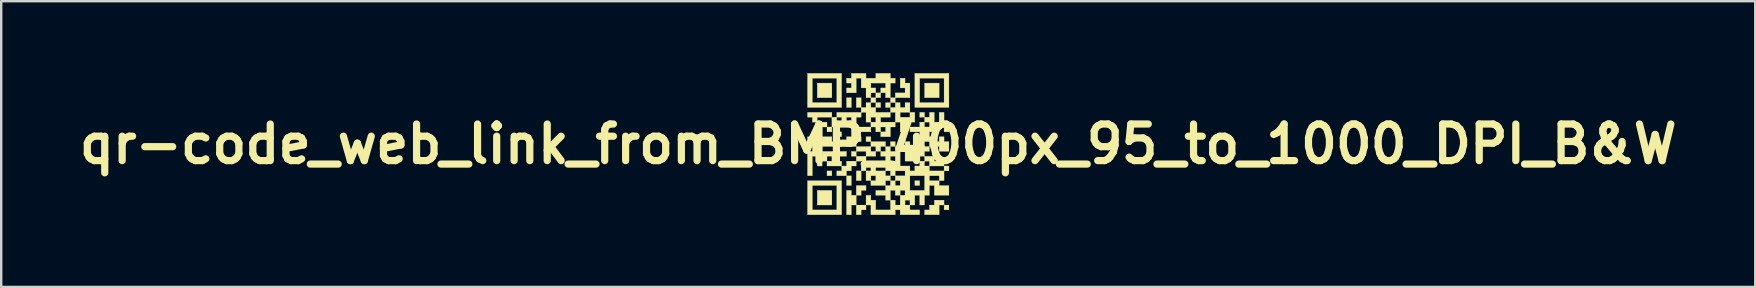
<source format=kicad_pcb>
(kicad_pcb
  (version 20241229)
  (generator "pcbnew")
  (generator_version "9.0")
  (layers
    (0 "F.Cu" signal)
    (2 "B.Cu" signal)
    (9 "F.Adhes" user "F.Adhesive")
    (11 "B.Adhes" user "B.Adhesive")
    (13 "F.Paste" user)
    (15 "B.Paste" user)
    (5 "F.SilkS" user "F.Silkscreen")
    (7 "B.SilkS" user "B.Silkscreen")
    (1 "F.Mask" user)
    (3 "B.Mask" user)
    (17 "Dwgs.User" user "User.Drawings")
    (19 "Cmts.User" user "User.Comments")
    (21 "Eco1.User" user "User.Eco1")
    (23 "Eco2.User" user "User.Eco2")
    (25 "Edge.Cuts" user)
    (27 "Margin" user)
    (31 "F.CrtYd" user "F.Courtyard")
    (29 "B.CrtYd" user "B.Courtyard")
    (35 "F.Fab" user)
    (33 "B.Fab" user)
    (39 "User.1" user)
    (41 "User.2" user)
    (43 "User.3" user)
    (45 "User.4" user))
  (footprint "qr-code_web_link_from_BMP_400px_95_to_1000_DPI_B&W"
    (layer "F.Cu")
    (at 33.535 2.951)
    (property "Reference" "qr-code_web_link_from_BMP_400px_95_to_1000_DPI_B&W" (at 0 0 0) (layer "F.SilkS") (effects (font (size 1.524 1.524) (thickness 0.3))))
    (attr through_hole)
    (fp_poly (pts (xy -2.134 -0.711) (xy -2.337 -0.711) (xy -2.337 -0.914) (xy -2.134 -0.914) (xy -2.134 -0.711)) (stroke (width 0.01) (type solid)) (fill yes) (layer "F.SilkS"))
    (fp_poly (pts (xy -1.93 -1.93) (xy -2.54 -1.93) (xy -2.54 -2.54) (xy -1.93 -2.54) (xy -1.93 -1.93)) (stroke (width 0.01) (type solid)) (fill yes) (layer "F.SilkS"))
    (fp_poly (pts (xy -1.93 -0.508) (xy -2.134 -0.508) (xy -2.134 -0.711) (xy -1.93 -0.711) (xy -1.93 -0.508)) (stroke (width 0.01) (type solid)) (fill yes) (layer "F.SilkS"))
    (fp_poly (pts (xy -1.93 1.321) (xy -2.134 1.321) (xy -2.134 1.118) (xy -1.93 1.118) (xy -1.93 1.321)) (stroke (width 0.01) (type solid)) (fill yes) (layer "F.SilkS"))
    (fp_poly (pts (xy -1.93 2.54) (xy -2.54 2.54) (xy -2.54 1.93) (xy -1.93 1.93) (xy -1.93 2.54)) (stroke (width 0.01) (type solid)) (fill yes) (layer "F.SilkS"))
    (fp_poly (pts (xy -1.524 -0.305) (xy -1.727 -0.305) (xy -1.727 -0.508) (xy -1.524 -0.508) (xy -1.524 -0.305)) (stroke (width 0.01) (type solid)) (fill yes) (layer "F.SilkS"))
    (fp_poly (pts (xy -1.118 -1.524) (xy -1.321 -1.524) (xy -1.321 -1.93) (xy -1.118 -1.93) (xy -1.118 -1.524)) (stroke (width 0.01) (type solid)) (fill yes) (layer "F.SilkS"))
    (fp_poly (pts (xy -1.118 1.727) (xy -1.321 1.727) (xy -1.321 1.321) (xy -1.118 1.321) (xy -1.118 1.727)) (stroke (width 0.01) (type solid)) (fill yes) (layer "F.SilkS"))
    (fp_poly (pts (xy -0.711 -1.524) (xy -0.914 -1.524) (xy -0.914 -1.93) (xy -0.711 -1.93) (xy -0.711 -1.524)) (stroke (width 0.01) (type solid)) (fill yes) (layer "F.SilkS"))
    (fp_poly (pts (xy -0.711 1.524) (xy -0.914 1.524) (xy -0.914 1.118) (xy -0.711 1.118) (xy -0.711 1.524)) (stroke (width 0.01) (type solid)) (fill yes) (layer "F.SilkS"))
    (fp_poly (pts (xy -0.508 1.118) (xy -0.711 1.118) (xy -0.711 0.914) (xy -0.508 0.914) (xy -0.508 1.118)) (stroke (width 0.01) (type solid)) (fill yes) (layer "F.SilkS"))
    (fp_poly (pts (xy -0.305 -0.102) (xy -0.508 -0.102) (xy -0.508 -0.305) (xy -0.305 -0.305) (xy -0.305 -0.102)) (stroke (width 0.01) (type solid)) (fill yes) (layer "F.SilkS"))
    (fp_poly (pts (xy 0.102 -1.93) (xy -0.102 -1.93) (xy -0.102 -2.134) (xy 0.102 -2.134) (xy 0.102 -1.93)) (stroke (width 0.01) (type solid)) (fill yes) (layer "F.SilkS"))
    (fp_poly (pts (xy 0.102 -1.524) (xy -0.102 -1.524) (xy -0.102 -1.727) (xy 0.102 -1.727) (xy 0.102 -1.524)) (stroke (width 0.01) (type solid)) (fill yes) (layer "F.SilkS"))
    (fp_poly (pts (xy 0.508 -1.524) (xy 0.305 -1.524) (xy 0.305 -1.727) (xy 0.508 -1.727) (xy 0.508 -1.524)) (stroke (width 0.01) (type solid)) (fill yes) (layer "F.SilkS"))
    (fp_poly (pts (xy 1.118 -0.102) (xy 0.914 -0.102) (xy 0.914 -0.305) (xy 1.118 -0.305) (xy 1.118 -0.102)) (stroke (width 0.01) (type solid)) (fill yes) (layer "F.SilkS"))
    (fp_poly (pts (xy 1.727 1.727) (xy 1.524 1.727) (xy 1.524 1.524) (xy 1.727 1.524) (xy 1.727 1.727)) (stroke (width 0.01) (type solid)) (fill yes) (layer "F.SilkS"))
    (fp_poly (pts (xy 1.93 -1.118) (xy 1.727 -1.118) (xy 1.727 -1.321) (xy 1.93 -1.321) (xy 1.93 -1.118)) (stroke (width 0.01) (type solid)) (fill yes) (layer "F.SilkS"))
    (fp_poly (pts (xy 2.54 -1.93) (xy 1.93 -1.93) (xy 1.93 -2.54) (xy 2.54 -2.54) (xy 2.54 -1.93)) (stroke (width 0.01) (type solid)) (fill yes) (layer "F.SilkS"))
    (fp_poly (pts (xy 2.743 -0.914) (xy 2.54 -0.914) (xy 2.54 -1.321) (xy 2.743 -1.321) (xy 2.743 -0.914)) (stroke (width 0.01) (type solid)) (fill yes) (layer "F.SilkS"))
    (fp_poly (pts (xy 2.946 -0.508) (xy 2.743 -0.508) (xy 2.743 -0.711) (xy 2.946 -0.711) (xy 2.946 -0.508)) (stroke (width 0.01) (type solid)) (fill yes) (layer "F.SilkS"))
    (fp_poly (pts (xy 2.946 1.118) (xy 2.743 1.118) (xy 2.743 0.914) (xy 2.946 0.914) (xy 2.946 1.118)) (stroke (width 0.01) (type solid)) (fill yes) (layer "F.SilkS"))
    (fp_poly (pts (xy 2.946 2.743) (xy 2.743 2.743) (xy 2.743 2.54) (xy 2.946 2.54) (xy 2.946 2.743)) (stroke (width 0.01) (type solid)) (fill yes) (layer "F.SilkS"))
    (fp_poly (pts (xy -0.508 1.93) (xy -0.711 1.93) (xy -0.711 2.134) (xy -0.914 2.134) (xy -0.914 1.727) (xy -0.508 1.727) (xy -0.508 1.93)) (stroke (width 0.01) (type solid)) (fill yes) (layer "F.SilkS"))
    (fp_poly (pts (xy -0.508 2.743) (xy -0.711 2.743) (xy -0.711 2.946) (xy -0.914 2.946) (xy -0.914 2.54) (xy -0.508 2.54) (xy -0.508 2.743)) (stroke (width 0.01) (type solid)) (fill yes) (layer "F.SilkS"))
    (fp_poly (pts (xy -1.93 -1.118) (xy -2.54 -1.118) (xy -2.54 -0.914) (xy -2.743 -0.914) (xy -2.743 -1.118) (xy -2.946 -1.118) (xy -2.946 -1.321) (xy -1.93 -1.321) (xy -1.93 -1.118)) (stroke (width 0.01) (type solid)) (fill yes) (layer "F.SilkS"))
    (fp_poly (pts (xy -1.118 2.134) (xy -0.914 2.134) (xy -0.914 2.54) (xy -1.118 2.54) (xy -1.118 2.946) (xy -1.321 2.946) (xy -1.321 1.93) (xy -1.118 1.93) (xy -1.118 2.134)) (stroke (width 0.01) (type solid)) (fill yes) (layer "F.SilkS"))
    (fp_poly (pts (xy 1.118 -2.54) (xy 1.321 -2.54) (xy 1.321 -1.93) (xy 0.711 -1.93) (xy 0.711 -2.134) (xy 1.118 -2.134) (xy 1.118 -2.337) (xy 0.914 -2.337) (xy 0.914 -2.743) (xy 1.118 -2.743) (xy 1.118 -2.54)) (stroke (width 0.01) (type solid)) (fill yes) (layer "F.SilkS"))
    (fp_poly (pts (xy 2.743 2.54) (xy 2.54 2.54) (xy 2.54 2.946) (xy 1.93 2.946) (xy 1.93 2.743) (xy 2.134 2.743) (xy 2.134 2.54) (xy 2.337 2.54) (xy 2.337 2.337) (xy 2.743 2.337) (xy 2.743 2.54)) (stroke (width 0.01) (type solid)) (fill yes) (layer "F.SilkS"))
    (fp_poly (pts (xy -1.524 -1.524) (xy -2.946 -1.524) (xy -2.946 -2.743) (xy -2.743 -2.743) (xy -2.743 -1.727) (xy -1.727 -1.727) (xy -1.727 -2.743) (xy -2.743 -2.743) (xy -2.946 -2.743) (xy -2.946 -2.946) (xy -1.524 -2.946) (xy -1.524 -1.524)) (stroke (width 0.01) (type solid)) (fill yes) (layer "F.SilkS"))
    (fp_poly (pts (xy -1.524 2.946) (xy -2.946 2.946) (xy -2.946 1.727) (xy -2.743 1.727) (xy -2.743 2.743) (xy -1.727 2.743) (xy -1.727 1.727) (xy -2.743 1.727) (xy -2.946 1.727) (xy -2.946 1.524) (xy -1.524 1.524) (xy -1.524 2.946)) (stroke (width 0.01) (type solid)) (fill yes) (layer "F.SilkS"))
    (fp_poly (pts (xy 2.946 -1.524) (xy 1.524 -1.524) (xy 1.524 -2.743) (xy 1.727 -2.743) (xy 1.727 -1.727) (xy 2.743 -1.727) (xy 2.743 -2.743) (xy 1.727 -2.743) (xy 1.524 -2.743) (xy 1.524 -2.946) (xy 2.946 -2.946) (xy 2.946 -1.524)) (stroke (width 0.01) (type solid)) (fill yes) (layer "F.SilkS"))
    (fp_poly (pts (xy -0.914 0.914) (xy -1.118 0.914) (xy -1.118 1.118) (xy -1.321 1.118) (xy -1.321 1.321) (xy -1.727 1.321) (xy -1.727 1.118) (xy -1.524 1.118) (xy -1.524 0.914) (xy -1.321 0.914) (xy -1.321 0.711) (xy -0.914 0.711) (xy -0.914 0.914)) (stroke (width 0.01) (type solid)) (fill yes) (layer "F.SilkS"))
    (fp_poly (pts (xy -2.54 -0.102) (xy -2.337 -0.102) (xy -2.337 -0.305) (xy -1.93 -0.305) (xy -1.93 -0.102) (xy -1.524 -0.102) (xy -1.524 0.102) (xy -2.54 0.102) (xy -2.54 0.508) (xy -2.743 0.508) (xy -2.743 1.321) (xy -2.946 1.321) (xy -2.946 0.305) (xy -2.743 0.305) (xy -2.743 0.102) (xy -2.946 0.102) (xy -2.946 -0.305) (xy -2.743 -0.305) (xy -2.743 -0.508) (xy -2.54 -0.508) (xy -2.54 -0.102)) (stroke (width 0.01) (type solid)) (fill yes) (layer "F.SilkS"))
    (fp_poly (pts (xy -1.321 0.508) (xy -1.727 0.508) (xy -1.727 0.711) (xy -1.524 0.711) (xy -1.524 0.914) (xy -2.134 0.914) (xy -2.134 0.711) (xy -2.337 0.711) (xy -2.337 0.914) (xy -2.54 0.914) (xy -2.54 0.508) (xy -2.337 0.508) (xy -2.134 0.508) (xy -2.134 0.711) (xy -1.93 0.711) (xy -1.93 0.508) (xy -2.134 0.508) (xy -2.337 0.508) (xy -2.337 0.305) (xy -1.321 0.305) (xy -1.321 0.508)) (stroke (width 0.01) (type solid)) (fill yes) (layer "F.SilkS"))
    (fp_poly (pts (xy 1.524 -1.321) (xy 1.524 -0.914) (xy 1.118 -0.914) (xy 1.118 -0.508) (xy 0.914 -0.508) (xy 0.914 -0.914) (xy 0.711 -0.914) (xy 0.711 -0.711) (xy 0.508 -0.711) (xy 0.508 -0.305) (xy 0.102 -0.305) (xy 0.102 -0.508) (xy -0.102 -0.508) (xy -0.102 -0.711) (xy 0.102 -0.711) (xy 0.102 -0.508) (xy 0.305 -0.508) (xy 0.305 -0.711) (xy 0.102 -0.711) (xy -0.102 -0.711) (xy -0.305 -0.711) (xy -0.305 -0.508) (xy -0.914 -0.508) (xy -0.914 -0.305) (xy -0.711 -0.305) (xy -0.711 -0.102) (xy -0.914 -0.102) (xy -0.914 0.102) (xy -1.321 0.102) (xy -1.321 -0.305) (xy -1.118 -0.305) (xy -1.118 -0.711) (xy -1.321 -0.711) (xy -1.321 -0.914) (xy -1.524 -0.914) (xy -1.524 -0.711) (xy -1.93 -0.711) (xy -1.93 -1.118) (xy -1.727 -1.118) (xy -1.727 -0.914) (xy -1.524 -0.914) (xy -1.524 -1.118) (xy -1.321 -1.118) (xy -1.321 -0.914) (xy -1.118 -0.914) (xy -1.118 -1.118) (xy -0.914 -1.118) (xy -0.914 -0.711) (xy -0.305 -0.711) (xy -0.305 -0.914) (xy -0.508 -0.914) (xy -0.508 -1.118) (xy -0.305 -1.118) (xy -0.305 -0.914) (xy -0.102 -0.914) (xy -0.102 -1.118) (xy 0.102 -1.118) (xy 0.102 -0.914) (xy 0.711 -0.914) (xy 0.711 -1.321) (xy 0.914 -1.321) (xy 0.914 -1.118) (xy 1.321 -1.118) (xy 1.321 -1.321) (xy 0.914 -1.321) (xy 0.711 -1.321) (xy 0.508 -1.321) (xy 0.508 -1.118) (xy 0.102 -1.118) (xy -0.102 -1.118) (xy -0.305 -1.118) (xy -0.508 -1.118) (xy -0.508 -1.321) (xy -0.711 -1.321) (xy -0.711 -1.118) (xy -0.914 -1.118) (xy -1.118 -1.118) (xy -1.321 -1.118) (xy -1.524 -1.118) (xy -1.727 -1.118) (xy -1.727 -1.321) (xy -0.711 -1.321) (xy -0.711 -1.524) (xy -0.508 -1.524) (xy -0.508 -1.727) (xy -0.305 -1.727) (xy -0.305 -1.93) (xy -0.508 -1.93) (xy -0.508 -2.337) (xy -0.711 -2.337) (xy -0.711 -2.54) (xy -0.305 -2.54) (xy -0.305 -2.337) (xy -0.102 -2.337) (xy -0.102 -2.134) (xy -0.305 -2.134) (xy -0.305 -1.93) (xy -0.102 -1.93) (xy -0.102 -1.727) (xy -0.305 -1.727) (xy -0.305 -1.524) (xy -0.102 -1.524) (xy -0.102 -1.321) (xy 0.508 -1.321) (xy 0.508 -1.524) (xy 0.711 -1.524) (xy 0.711 -1.727) (xy 0.508 -1.727) (xy 0.508 -1.93) (xy 0.305 -1.93) (xy 0.305 -2.134) (xy 0.102 -2.134) (xy 0.102 -2.337) (xy 0.305 -2.337) (xy 0.305 -2.54) (xy -0.305 -2.54) (xy -0.711 -2.54) (xy -0.711 -2.743) (xy -0.914 -2.743) (xy -0.914 -2.134) (xy -1.321 -2.134) (xy -1.321 -2.337) (xy -1.118 -2.337) (xy -1.118 -2.54) (xy -1.321 -2.54) (xy -1.321 -2.743) (xy -1.118 -2.743) (xy -1.118 -2.946) (xy -0.508 -2.946) (xy -0.508 -2.743) (xy -0.102 -2.743) (xy -0.102 -2.946) (xy 0.508 -2.946) (xy 0.508 -2.743) (xy 0.711 -2.743) (xy 0.711 -2.54) (xy 0.508 -2.54) (xy 0.508 -1.93) (xy 0.711 -1.93) (xy 0.711 -1.727) (xy 0.914 -1.727) (xy 0.914 -1.524) (xy 1.118 -1.524) (xy 1.118 -1.727) (xy 1.321 -1.727) (xy 1.321 -1.321) (xy 1.524 -1.321)) (stroke (width 0.01) (type solid)) (fill yes) (layer "F.SilkS"))
    (fp_poly (pts (xy -0.508 2.134) (xy -0.305 2.134) (xy -0.305 2.337) (xy -0.102 2.337) (xy -0.102 2.743) (xy 0.508 2.743) (xy 0.508 2.337) (xy 0.305 2.337) (xy 0.305 2.134) (xy -0.102 2.134) (xy -0.102 1.93) (xy 0.305 1.93) (xy 0.508 1.93) (xy 0.508 2.337) (xy 0.711 2.337) (xy 0.711 2.54) (xy 0.914 2.54) (xy 0.914 2.337) (xy 1.118 2.337) (xy 1.118 2.54) (xy 1.321 2.54) (xy 1.321 2.337) (xy 1.118 2.337) (xy 0.914 2.337) (xy 0.914 2.134) (xy 0.711 2.134) (xy 0.711 1.93) (xy 0.914 1.93) (xy 0.914 2.134) (xy 1.118 2.134) (xy 1.118 1.93) (xy 0.914 1.93) (xy 0.711 1.93) (xy 0.508 1.93) (xy 0.305 1.93) (xy 0.305 1.727) (xy -0.305 1.727) (xy -0.305 1.524) (xy -0.508 1.524) (xy -0.508 1.321) (xy -0.305 1.321) (xy -0.305 1.524) (xy -0.102 1.524) (xy 0.305 1.524) (xy 0.305 1.727) (xy 0.508 1.727) (xy 0.508 1.524) (xy 0.305 1.524) (xy -0.102 1.524) (xy -0.102 1.321) (xy -0.305 1.321) (xy -0.508 1.321) (xy -0.508 1.118) (xy -0.305 1.118) (xy -0.305 0.711) (xy 0.102 0.711) (xy 0.102 0.914) (xy -0.102 0.914) (xy -0.102 1.118) (xy 0.305 1.118) (xy 0.305 1.321) (xy 0.508 1.321) (xy 0.508 1.524) (xy 0.711 1.524) (xy 0.711 1.727) (xy 0.914 1.727) (xy 0.914 1.524) (xy 0.711 1.524) (xy 0.711 1.321) (xy 0.508 1.321) (xy 0.508 1.118) (xy 0.711 1.118) (xy 0.711 1.321) (xy 1.118 1.321) (xy 1.321 1.321) (xy 1.321 1.93) (xy 1.93 1.93) (xy 1.93 1.321) (xy 2.134 1.321) (xy 2.134 1.524) (xy 2.54 1.524) (xy 2.54 1.321) (xy 2.134 1.321) (xy 1.93 1.321) (xy 1.321 1.321) (xy 1.118 1.321) (xy 1.118 1.118) (xy 0.711 1.118) (xy 0.508 1.118) (xy 0.305 1.118) (xy 0.305 0.914) (xy 0.508 0.914) (xy 0.508 0.711) (xy 0.305 0.711) (xy 0.305 0.508) (xy 0.508 0.508) (xy 0.508 0.711) (xy 0.711 0.711) (xy 0.711 0.508) (xy 0.508 0.508) (xy 0.305 0.508) (xy 0.102 0.508) (xy 0.102 0.305) (xy -0.102 0.305) (xy -0.102 0.508) (xy -0.508 0.508) (xy -0.508 0.711) (xy -0.914 0.711) (xy -0.914 0.508) (xy -1.118 0.508) (xy -1.118 0.305) (xy -0.914 0.305) (xy -0.914 0.508) (xy -0.508 0.508) (xy -0.508 0.305) (xy -0.914 0.305) (xy -0.914 0.102) (xy -0.305 0.102) (xy -0.305 0.305) (xy -0.102 0.305) (xy -0.102 0.102) (xy 0.102 0.102) (xy 0.102 0.305) (xy 0.305 0.305) (xy 0.305 0.102) (xy 0.102 0.102) (xy -0.102 0.102) (xy -0.305 0.102) (xy -0.305 -0.102) (xy 0.305 -0.102) (xy 0.305 0.102) (xy 0.508 0.102) (xy 0.508 0.305) (xy 0.711 0.305) (xy 0.914 0.305) (xy 0.914 0.914) (xy 1.321 0.914) (xy 1.321 1.118) (xy 1.524 1.118) (xy 1.524 0.914) (xy 1.727 0.914) (xy 1.727 0.711) (xy 1.118 0.711) (xy 1.118 0.305) (xy 0.914 0.305) (xy 0.711 0.305) (xy 0.711 0.102) (xy 0.508 0.102) (xy 0.508 -0.102) (xy 0.711 -0.102) (xy 0.711 0.102) (xy 1.118 0.102) (xy 1.118 -0.102) (xy 1.321 -0.102) (xy 1.321 0.305) (xy 1.524 0.305) (xy 1.524 0.508) (xy 1.727 0.508) (xy 1.727 0.711) (xy 1.93 0.711) (xy 1.93 0.914) (xy 2.134 0.914) (xy 2.134 0.711) (xy 1.93 0.711) (xy 1.93 0.508) (xy 1.727 0.508) (xy 1.727 0.305) (xy 1.524 0.305) (xy 1.524 0.102) (xy 1.727 0.102) (xy 1.727 -0.102) (xy 1.93 -0.102) (xy 1.93 0.102) (xy 2.134 0.102) (xy 2.134 -0.102) (xy 1.93 -0.102) (xy 1.727 -0.102) (xy 1.727 -0.508) (xy 1.321 -0.508) (xy 1.321 -0.711) (xy 1.727 -0.711) (xy 1.727 -0.914) (xy 1.93 -0.914) (xy 1.93 -0.711) (xy 2.134 -0.711) (xy 2.134 -0.914) (xy 1.93 -0.914) (xy 1.93 -1.118) (xy 2.134 -1.118) (xy 2.134 -1.321) (xy 2.337 -1.321) (xy 2.337 -0.914) (xy 2.54 -0.914) (xy 2.54 -0.711) (xy 2.337 -0.711) (xy 2.337 -0.508) (xy 2.134 -0.508) (xy 2.134 -0.305) (xy 2.337 -0.305) (xy 2.337 -0.102) (xy 2.54 -0.102) (xy 2.54 -0.305) (xy 2.743 -0.305) (xy 2.743 -0.102) (xy 2.946 -0.102) (xy 2.946 0.305) (xy 2.54 0.305) (xy 2.54 0.102) (xy 2.134 0.102) (xy 2.134 0.305) (xy 1.93 0.305) (xy 1.93 0.508) (xy 2.337 0.508) (xy 2.337 0.711) (xy 2.743 0.711) (xy 2.743 0.914) (xy 2.134 0.914) (xy 2.134 1.118) (xy 2.743 1.118) (xy 2.743 1.524) (xy 2.54 1.524) (xy 2.54 1.727) (xy 2.946 1.727) (xy 2.946 2.134) (xy 2.337 2.134) (xy 2.337 1.727) (xy 2.134 1.727) (xy 2.134 2.134) (xy 1.93 2.134) (xy 1.93 2.54) (xy 1.727 2.54) (xy 1.727 2.134) (xy 1.524 2.134) (xy 1.524 2.54) (xy 1.321 2.54) (xy 1.321 2.743) (xy 1.727 2.743) (xy 1.727 2.946) (xy 0.914 2.946) (xy 0.914 2.743) (xy 0.711 2.743) (xy 0.711 2.946) (xy -0.305 2.946) (xy -0.305 2.54) (xy -0.508 2.54) (xy -0.508 2.134)) (stroke (width 0.01) (type solid)) (fill yes) (layer "F.SilkS")))
  (gr_rect
    (start -3 -3)
    (end 70.071 8.903)
    (stroke (width 0.1) (type default))
    (fill no)
    (layer "Edge.Cuts")))
</source>
